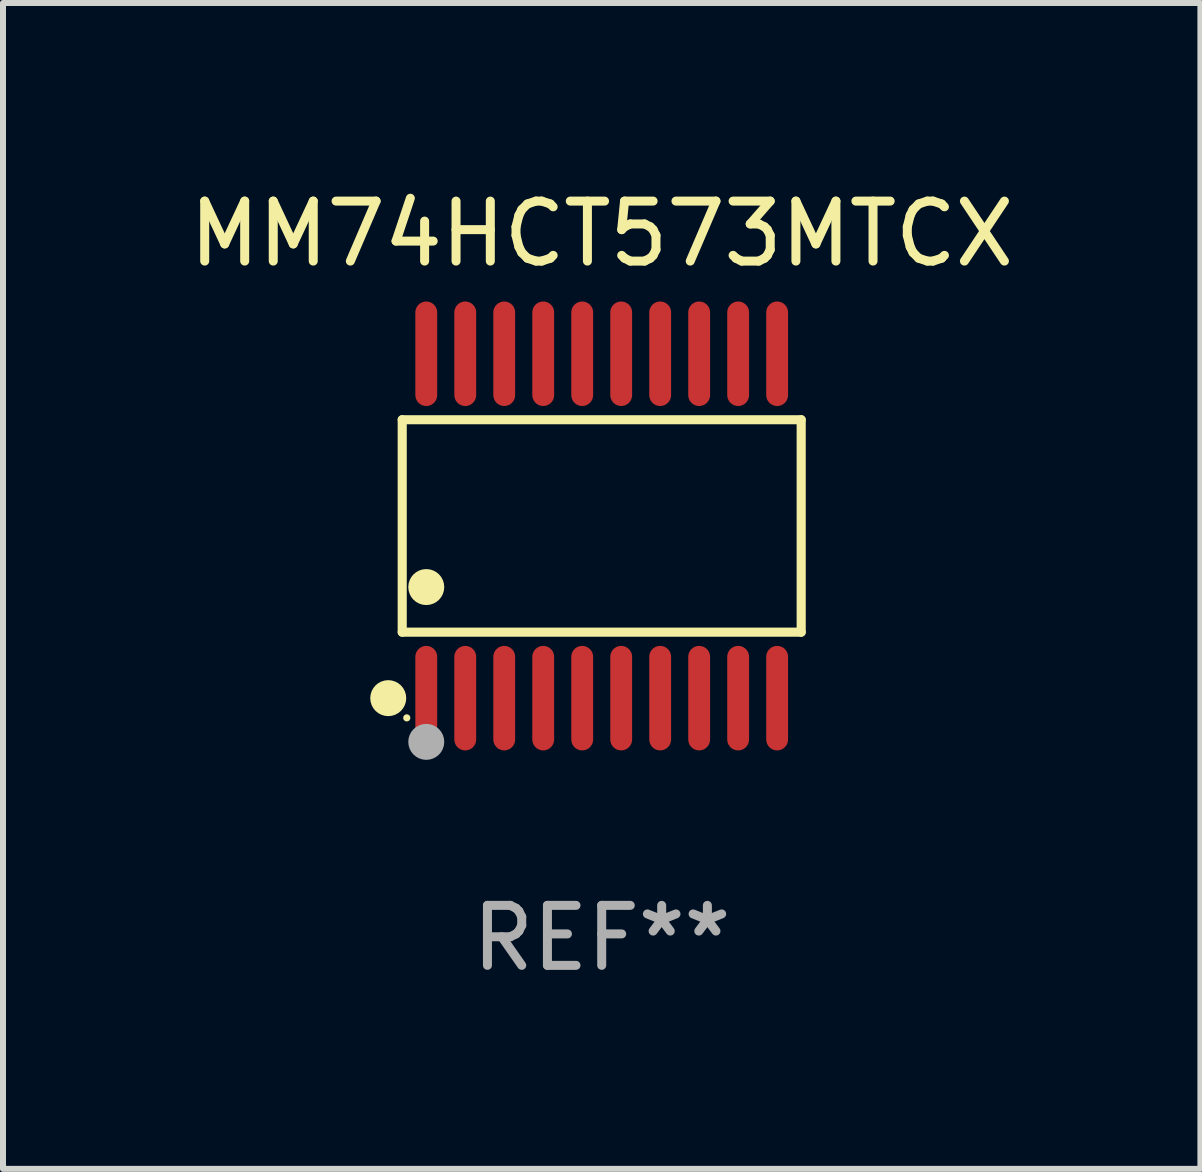
<source format=kicad_pcb>
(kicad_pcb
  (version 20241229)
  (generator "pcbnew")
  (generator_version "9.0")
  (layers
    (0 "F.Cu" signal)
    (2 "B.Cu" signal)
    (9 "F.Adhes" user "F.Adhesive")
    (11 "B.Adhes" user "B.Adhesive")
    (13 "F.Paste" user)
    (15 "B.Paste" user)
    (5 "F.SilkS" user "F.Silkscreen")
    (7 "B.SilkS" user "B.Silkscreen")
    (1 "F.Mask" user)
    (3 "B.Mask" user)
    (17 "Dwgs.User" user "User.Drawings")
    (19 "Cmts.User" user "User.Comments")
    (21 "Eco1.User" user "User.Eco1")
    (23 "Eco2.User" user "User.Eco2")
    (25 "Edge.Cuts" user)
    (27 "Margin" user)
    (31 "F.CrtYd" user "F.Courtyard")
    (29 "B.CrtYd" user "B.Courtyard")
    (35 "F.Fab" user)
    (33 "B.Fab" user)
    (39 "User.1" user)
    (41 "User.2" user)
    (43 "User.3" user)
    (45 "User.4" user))
  (footprint "MM74HCT573MTCX"
    (layer "F.Cu")
    (at 6.982 5.719)
    (property "Reference" "MM74HCT573MTCX" (at 0 -4.871 0) (layer "F.SilkS") (effects (font (size 1 1) (thickness 0.15))))
    (attr through_hole)
    (fp_line (start -3.326 -1.771) (end 3.326 -1.771) (stroke (width 0.152) (type solid)) (layer "F.SilkS"))
    (fp_line (start -3.326 1.771) (end -3.326 -1.771) (stroke (width 0.152) (type solid)) (layer "F.SilkS"))
    (fp_line (start 3.326 -1.771) (end 3.326 1.771) (stroke (width 0.152) (type solid)) (layer "F.SilkS"))
    (fp_line (start 3.326 1.771) (end -3.326 1.771) (stroke (width 0.152) (type solid)) (layer "F.SilkS"))
    (fp_circle (center -3.559 2.871) (end -3.409 2.871) (stroke (width 0.3) (type solid)) (fill no) (layer "F.SilkS"))
    (fp_circle (center -3.25 3.2) (end -3.22 3.2) (stroke (width 0.06) (type solid)) (fill no) (layer "F.SilkS"))
    (fp_circle (center -2.925 1.019) (end -2.775 1.019) (stroke (width 0.3) (type solid)) (fill no) (layer "F.SilkS"))
    (fp_circle (center -2.925 3.6) (end -2.775 3.6) (stroke (width 0.3) (type solid)) (fill no) (layer "F.Fab"))
    (fp_text user "REF**" (at 0 6.871 0) (layer "F.Fab") (effects (font (size 1 1) (thickness 0.15))))
    (pad "1" smd oval (at -2.925 2.871) (size 0.364 1.742) (layers "F.Cu" "F.Mask" "F.Paste"))
    (pad "2" smd oval (at -2.275 2.871) (size 0.364 1.742) (layers "F.Cu" "F.Mask" "F.Paste"))
    (pad "3" smd oval (at -1.625 2.871) (size 0.364 1.742) (layers "F.Cu" "F.Mask" "F.Paste"))
    (pad "4" smd oval (at -0.975 2.871) (size 0.364 1.742) (layers "F.Cu" "F.Mask" "F.Paste"))
    (pad "5" smd oval (at -0.325 2.871) (size 0.364 1.742) (layers "F.Cu" "F.Mask" "F.Paste"))
    (pad "6" smd oval (at 0.325 2.871) (size 0.364 1.742) (layers "F.Cu" "F.Mask" "F.Paste"))
    (pad "7" smd oval (at 0.975 2.871) (size 0.364 1.742) (layers "F.Cu" "F.Mask" "F.Paste"))
    (pad "8" smd oval (at 1.625 2.871) (size 0.364 1.742) (layers "F.Cu" "F.Mask" "F.Paste"))
    (pad "9" smd oval (at 2.275 2.871) (size 0.364 1.742) (layers "F.Cu" "F.Mask" "F.Paste"))
    (pad "10" smd oval (at 2.925 2.871) (size 0.364 1.742) (layers "F.Cu" "F.Mask" "F.Paste"))
    (pad "11" smd oval (at 2.925 -2.871) (size 0.364 1.742) (layers "F.Cu" "F.Mask" "F.Paste"))
    (pad "12" smd oval (at 2.275 -2.871) (size 0.364 1.742) (layers "F.Cu" "F.Mask" "F.Paste"))
    (pad "13" smd oval (at 1.625 -2.871) (size 0.364 1.742) (layers "F.Cu" "F.Mask" "F.Paste"))
    (pad "14" smd oval (at 0.975 -2.871) (size 0.364 1.742) (layers "F.Cu" "F.Mask" "F.Paste"))
    (pad "15" smd oval (at 0.325 -2.871) (size 0.364 1.742) (layers "F.Cu" "F.Mask" "F.Paste"))
    (pad "16" smd oval (at -0.325 -2.871) (size 0.364 1.742) (layers "F.Cu" "F.Mask" "F.Paste"))
    (pad "17" smd oval (at -0.975 -2.871) (size 0.364 1.742) (layers "F.Cu" "F.Mask" "F.Paste"))
    (pad "18" smd oval (at -1.625 -2.871) (size 0.364 1.742) (layers "F.Cu" "F.Mask" "F.Paste"))
    (pad "19" smd oval (at -2.275 -2.871) (size 0.364 1.742) (layers "F.Cu" "F.Mask" "F.Paste"))
    (pad "20" smd oval (at -2.925 -2.871) (size 0.364 1.742) (layers "F.Cu" "F.Mask" "F.Paste")))
  (gr_rect
    (start -3 -3)
    (end 16.964 16.438)
    (stroke (width 0.1) (type default))
    (fill no)
    (layer "Edge.Cuts")))
</source>
